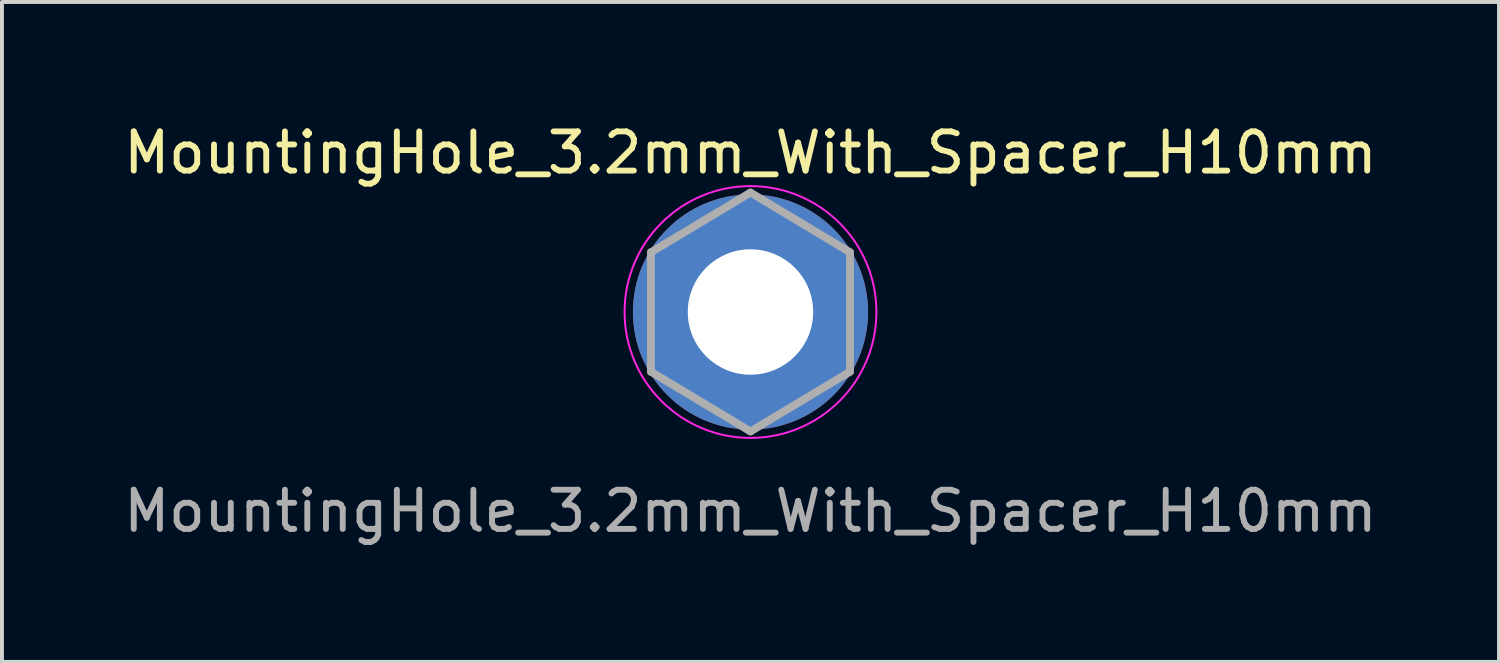
<source format=kicad_pcb>
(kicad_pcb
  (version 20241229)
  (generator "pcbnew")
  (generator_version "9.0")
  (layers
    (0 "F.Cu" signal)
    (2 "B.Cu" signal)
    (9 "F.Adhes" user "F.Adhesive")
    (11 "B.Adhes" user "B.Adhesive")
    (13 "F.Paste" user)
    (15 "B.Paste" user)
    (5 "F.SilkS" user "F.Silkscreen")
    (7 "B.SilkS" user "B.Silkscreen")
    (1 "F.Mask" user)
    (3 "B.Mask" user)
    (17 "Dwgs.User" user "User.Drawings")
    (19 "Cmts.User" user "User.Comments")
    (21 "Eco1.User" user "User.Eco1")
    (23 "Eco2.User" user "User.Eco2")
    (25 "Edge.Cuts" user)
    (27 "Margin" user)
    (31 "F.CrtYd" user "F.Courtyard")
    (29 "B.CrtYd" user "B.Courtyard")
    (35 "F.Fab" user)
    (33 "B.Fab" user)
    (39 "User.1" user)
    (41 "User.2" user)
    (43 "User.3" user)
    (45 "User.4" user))
  (footprint "MountingHole_3.2mm_With_Spacer_H10mm"
    (layer "F.Cu")
    (at 16.101 4.912)
    (property "Reference" "MountingHole_3.2mm_With_Spacer_H10mm" (at 0 -4.064 0) (unlocked yes) (layer "F.SilkS") (effects (font (size 1 1) (thickness 0.15))))
    (attr through_hole)
    (fp_circle (center 0 0) (end 3.048 -1.016) (stroke (width 0.05) (type solid)) (fill no) (layer "F.CrtYd"))
    (fp_line (start -2.54 -1.524) (end -2.54 1.524) (stroke (width 0.2) (type solid)) (layer "F.Fab"))
    (fp_line (start -2.54 1.524) (end 0 3.048) (stroke (width 0.2) (type solid)) (layer "F.Fab"))
    (fp_line (start 0 -3.048) (end -2.54 -1.524) (stroke (width 0.2) (type solid)) (layer "F.Fab"))
    (fp_line (start 0 3.048) (end 2.54 1.524) (stroke (width 0.2) (type solid)) (layer "F.Fab"))
    (fp_line (start 2.54 -1.524) (end 0 -3.048) (stroke (width 0.2) (type solid)) (layer "F.Fab"))
    (fp_line (start 2.54 1.524) (end 2.54 -1.524) (stroke (width 0.2) (type solid)) (layer "F.Fab"))
    (fp_circle (center 0 0) (end 1.437 0) (stroke (width 0.2) (type solid)) (fill no) (layer "F.Fab"))
    (fp_text user "${REFERENCE}" (at 0 5.08 0) (unlocked yes) (layer "F.Fab") (effects (font (size 1 1) (thickness 0.15))))
    (pad "1" thru_hole circle (at 0 0) (size 6 6) (drill 3.2) (layers "*.Cu" "*.Mask")))
  (gr_rect
    (start -3 -3)
    (end 35.202 13.841)
    (stroke (width 0.1) (type default))
    (fill no)
    (layer "Edge.Cuts")))
</source>
